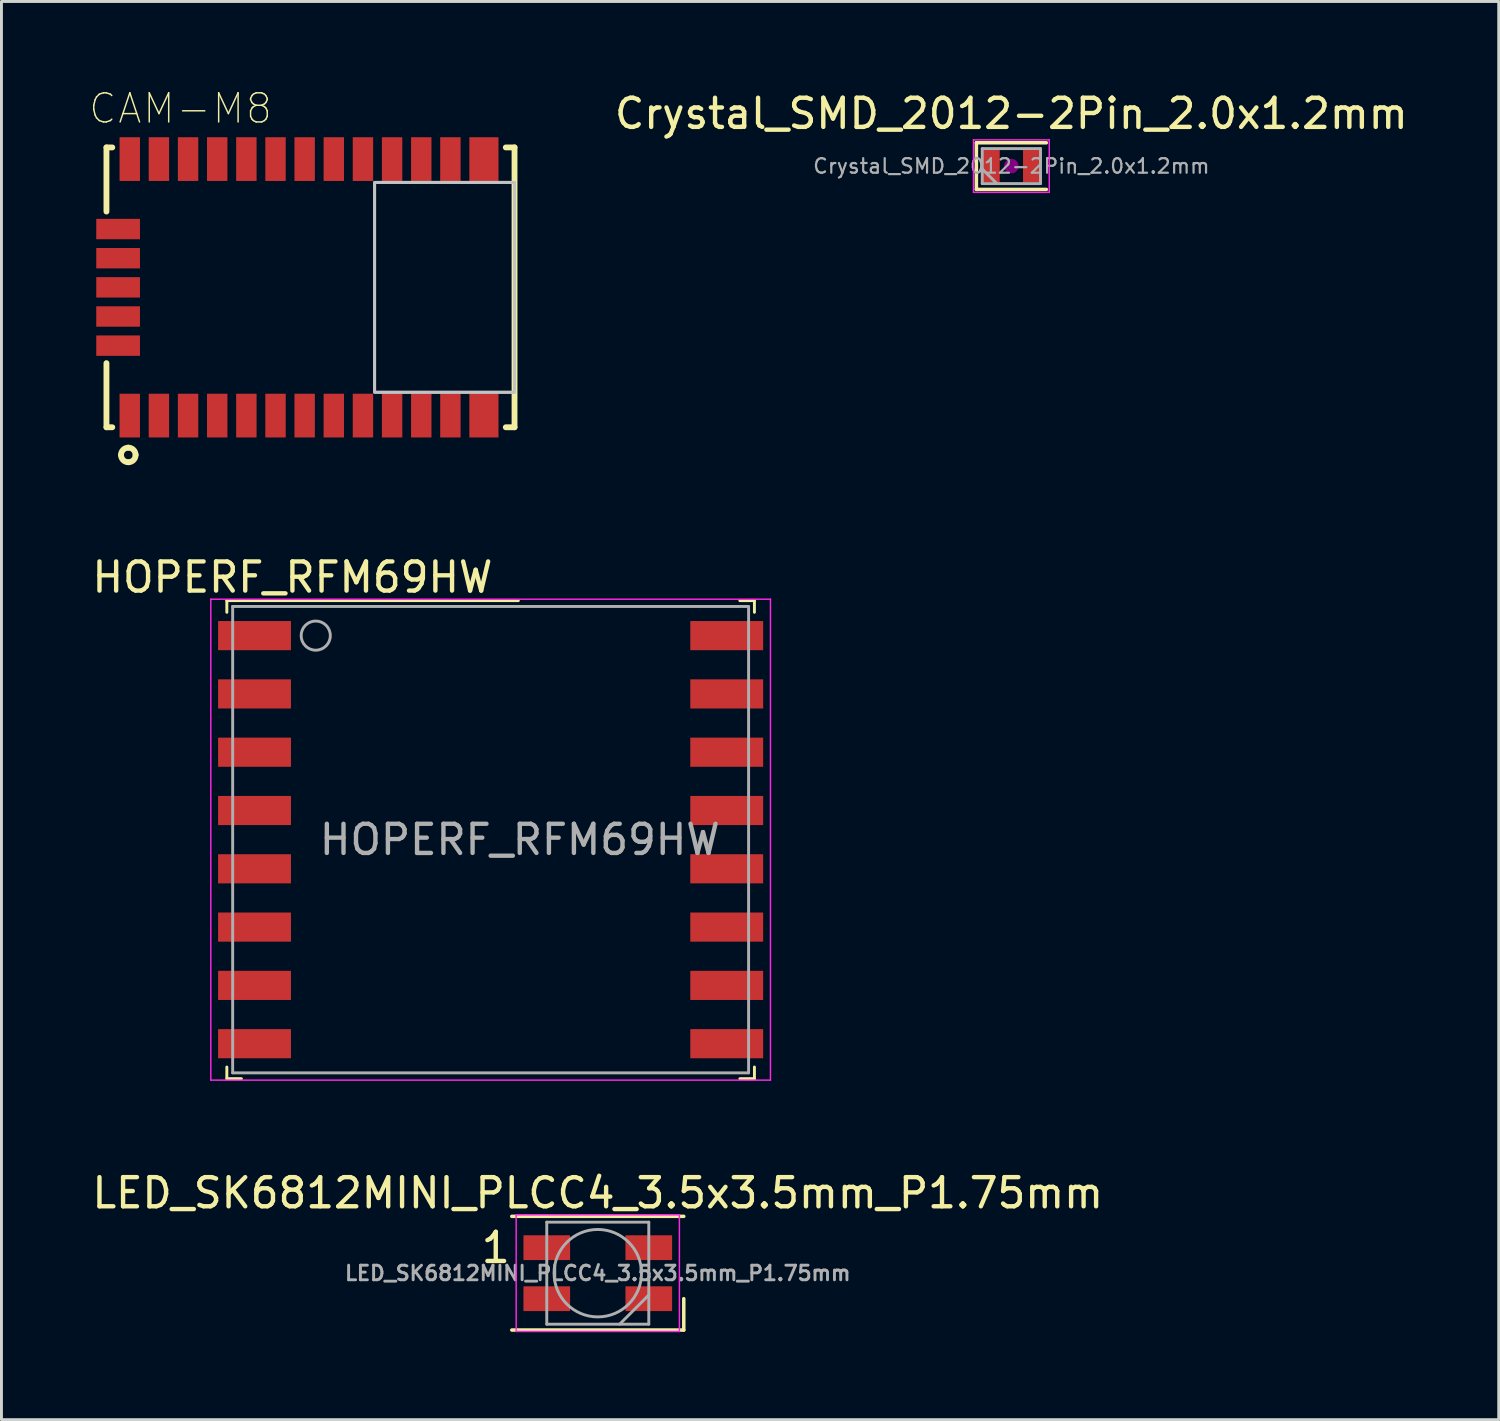
<source format=kicad_pcb>
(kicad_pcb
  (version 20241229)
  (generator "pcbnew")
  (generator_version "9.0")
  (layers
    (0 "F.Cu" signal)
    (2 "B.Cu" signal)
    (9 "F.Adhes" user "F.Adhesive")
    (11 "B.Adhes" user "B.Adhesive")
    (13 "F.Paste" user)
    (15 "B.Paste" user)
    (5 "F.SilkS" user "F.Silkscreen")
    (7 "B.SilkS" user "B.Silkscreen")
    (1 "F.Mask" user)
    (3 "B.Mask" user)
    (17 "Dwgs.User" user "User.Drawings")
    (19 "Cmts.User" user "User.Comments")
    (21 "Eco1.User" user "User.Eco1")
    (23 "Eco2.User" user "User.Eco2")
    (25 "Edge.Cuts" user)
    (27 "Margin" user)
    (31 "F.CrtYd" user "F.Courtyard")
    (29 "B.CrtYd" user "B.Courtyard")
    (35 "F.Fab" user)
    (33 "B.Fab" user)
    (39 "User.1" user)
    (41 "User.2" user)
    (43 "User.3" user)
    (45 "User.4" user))
  (footprint "Crystal_SMD_2012-2Pin_2.0x1.2mm"
    (layer "F.Cu")
    (at 31.647 2.648)
    (property "Reference" "Crystal_SMD_2012-2Pin_2.0x1.2mm" (at 0 -1.8 0) (layer "F.SilkS") (effects (font (size 1 1) (thickness 0.15))))
    (attr smd)
    (fp_line (start -1.2 -0.8) (end -1.2 0.8) (stroke (width 0.12) (type solid)) (layer "F.SilkS"))
    (fp_line (start -1.2 0.8) (end 1.2 0.8) (stroke (width 0.12) (type solid)) (layer "F.SilkS"))
    (fp_line (start 1.2 -0.8) (end -1.2 -0.8) (stroke (width 0.12) (type solid)) (layer "F.SilkS"))
    (fp_circle (center 0 0) (end 0.047 0) (stroke (width 0.093) (type solid)) (fill no) (layer "F.Adhes"))
    (fp_circle (center 0 0) (end 0.107 0) (stroke (width 0.067) (type solid)) (fill no) (layer "F.Adhes"))
    (fp_circle (center 0 0) (end 0.167 0) (stroke (width 0.067) (type solid)) (fill no) (layer "F.Adhes"))
    (fp_circle (center 0 0) (end 0.2 0) (stroke (width 0.1) (type solid)) (fill no) (layer "F.Adhes"))
    (fp_line (start -1.3 -0.9) (end -1.3 0.9) (stroke (width 0.05) (type solid)) (layer "F.CrtYd"))
    (fp_line (start -1.3 0.9) (end 1.3 0.9) (stroke (width 0.05) (type solid)) (layer "F.CrtYd"))
    (fp_line (start 1.3 -0.9) (end -1.3 -0.9) (stroke (width 0.05) (type solid)) (layer "F.CrtYd"))
    (fp_line (start 1.3 0.9) (end 1.3 -0.9) (stroke (width 0.05) (type solid)) (layer "F.CrtYd"))
    (fp_line (start -1 -0.6) (end -1 0.6) (stroke (width 0.1) (type solid)) (layer "F.Fab"))
    (fp_line (start -1 0.1) (end -0.5 0.6) (stroke (width 0.1) (type solid)) (layer "F.Fab"))
    (fp_line (start -1 0.6) (end 1 0.6) (stroke (width 0.1) (type solid)) (layer "F.Fab"))
    (fp_line (start 1 -0.6) (end -1 -0.6) (stroke (width 0.1) (type solid)) (layer "F.Fab"))
    (fp_line (start 1 0.6) (end 1 -0.6) (stroke (width 0.1) (type solid)) (layer "F.Fab"))
    (fp_text user "${REFERENCE}" (at 0 0 0) (layer "F.Fab") (effects (font (size 0.5 0.5) (thickness 0.075))))
    (pad "1" smd rect (at -0.7 0) (size 0.6 1.1) (layers "F.Cu" "F.Mask" "F.Paste"))
    (pad "2" smd rect (at 0.7 0) (size 0.6 1.1) (layers "F.Cu" "F.Mask" "F.Paste")))
  (footprint "HOPERF_RFM69HW"
    (layer "F.Cu")
    (at 13.782 25.756)
    (property "Reference" "HOPERF_RFM69HW" (at -6.8 -9 0) (layer "F.SilkS") (effects (font (size 1 1) (thickness 0.15))))
    (attr smd)
    (fp_line (start -9.05 -8.2) (end -9.05 -7.8) (stroke (width 0.1) (type solid)) (layer "F.SilkS"))
    (fp_line (start -9.05 -8.2) (end 0.95 -8.2) (stroke (width 0.1) (type solid)) (layer "F.SilkS"))
    (fp_line (start -9.05 7.8) (end -9.05 8.2) (stroke (width 0.1) (type solid)) (layer "F.SilkS"))
    (fp_line (start -9.05 8.2) (end -8.55 8.2) (stroke (width 0.1) (type solid)) (layer "F.SilkS"))
    (fp_line (start 8.55 -8.2) (end 9.05 -8.2) (stroke (width 0.1) (type solid)) (layer "F.SilkS"))
    (fp_line (start 8.55 8.2) (end 9.05 8.2) (stroke (width 0.1) (type solid)) (layer "F.SilkS"))
    (fp_line (start 9.05 -8.2) (end 9.05 -7.8) (stroke (width 0.1) (type solid)) (layer "F.SilkS"))
    (fp_line (start 9.05 7.8) (end 9.05 8.2) (stroke (width 0.1) (type solid)) (layer "F.SilkS"))
    (fp_line (start -9.6 -8.25) (end 9.6 -8.25) (stroke (width 0.05) (type solid)) (layer "F.CrtYd"))
    (fp_line (start -9.6 8.25) (end -9.6 -8.25) (stroke (width 0.05) (type solid)) (layer "F.CrtYd"))
    (fp_line (start 9.6 -8.25) (end 9.6 8.25) (stroke (width 0.05) (type solid)) (layer "F.CrtYd"))
    (fp_line (start 9.6 8.25) (end -9.6 8.25) (stroke (width 0.05) (type solid)) (layer "F.CrtYd"))
    (fp_line (start -8.85 -8) (end 8.85 -8) (stroke (width 0.1) (type solid)) (layer "F.Fab"))
    (fp_line (start -8.85 8) (end -8.85 -8) (stroke (width 0.1) (type solid)) (layer "F.Fab"))
    (fp_line (start 8.85 -8) (end 8.85 8) (stroke (width 0.1) (type solid)) (layer "F.Fab"))
    (fp_line (start 8.85 8) (end -8.85 8) (stroke (width 0.1) (type solid)) (layer "F.Fab"))
    (fp_circle (center -6 -7) (end -6.5 -7) (stroke (width 0.1) (type solid)) (fill no) (layer "F.Fab"))
    (fp_text user "${REFERENCE}" (at 1 0 0) (layer "F.Fab") (effects (font (size 1 1) (thickness 0.15))))
    (pad "1" smd rect (at -8.1 -7) (size 2.5 1) (layers "F.Cu" "F.Mask" "F.Paste"))
    (pad "2" smd rect (at -8.1 -5) (size 2.5 1) (layers "F.Cu" "F.Mask" "F.Paste"))
    (pad "3" smd rect (at -8.1 -3) (size 2.5 1) (layers "F.Cu" "F.Mask" "F.Paste"))
    (pad "4" smd rect (at -8.1 -1) (size 2.5 1) (layers "F.Cu" "F.Mask" "F.Paste"))
    (pad "5" smd rect (at -8.1 1) (size 2.5 1) (layers "F.Cu" "F.Mask" "F.Paste"))
    (pad "6" smd rect (at -8.1 3) (size 2.5 1) (layers "F.Cu" "F.Mask" "F.Paste"))
    (pad "7" smd rect (at -8.1 5) (size 2.5 1) (layers "F.Cu" "F.Mask" "F.Paste"))
    (pad "8" smd rect (at -8.1 7) (size 2.5 1) (layers "F.Cu" "F.Mask" "F.Paste"))
    (pad "9" smd rect (at 8.1 7) (size 2.5 1) (layers "F.Cu" "F.Mask" "F.Paste"))
    (pad "10" smd rect (at 8.1 5) (size 2.5 1) (layers "F.Cu" "F.Mask" "F.Paste"))
    (pad "11" smd rect (at 8.1 3) (size 2.5 1) (layers "F.Cu" "F.Mask" "F.Paste"))
    (pad "12" smd rect (at 8.1 1) (size 2.5 1) (layers "F.Cu" "F.Mask" "F.Paste"))
    (pad "13" smd rect (at 8.1 -1) (size 2.5 1) (layers "F.Cu" "F.Mask" "F.Paste"))
    (pad "14" smd rect (at 8.1 -3) (size 2.5 1) (layers "F.Cu" "F.Mask" "F.Paste"))
    (pad "15" smd rect (at 8.1 -5) (size 2.5 1) (layers "F.Cu" "F.Mask" "F.Paste"))
    (pad "16" smd rect (at 8.1 -7) (size 2.5 1) (layers "F.Cu" "F.Mask" "F.Paste")))
  (footprint "CAM-M8"
    (layer "F.Cu")
    (at 7.602 6.808)
    (property "Reference" "CAM-M8" (at -4.46 -6.135 0) (layer "F.SilkS") (effects (font (size 1 1) (thickness 0.05))))
    (attr smd)
    (fp_line (start -7.2 5) (end -7.2 4) (stroke (width 0.2) (type solid)) (layer "F.Mask"))
    (fp_line (start -6.8 5) (end -7.2 5) (stroke (width 0.2) (type solid)) (layer "F.Mask"))
    (fp_line (start 6.7 -5) (end 7.2 -5) (stroke (width 0.2) (type solid)) (layer "F.Mask"))
    (fp_line (start 7.2 -5) (end 7.2 -4) (stroke (width 0.2) (type solid)) (layer "F.Mask"))
    (fp_line (start -7 -4.8) (end -6.8 -4.8) (stroke (width 0.2) (type solid)) (layer "F.SilkS"))
    (fp_line (start -7 -2.6) (end -7 -4.8) (stroke (width 0.2) (type solid)) (layer "F.SilkS"))
    (fp_line (start -7 4.8) (end -7 2.6) (stroke (width 0.2) (type solid)) (layer "F.SilkS"))
    (fp_line (start -6.8 4.8) (end -7 4.8) (stroke (width 0.2) (type solid)) (layer "F.SilkS"))
    (fp_line (start 6.7 -4.8) (end 7 -4.8) (stroke (width 0.2) (type solid)) (layer "F.SilkS"))
    (fp_line (start 7 -4.8) (end 7 4.8) (stroke (width 0.2) (type solid)) (layer "F.SilkS"))
    (fp_line (start 7 4.8) (end 6.7 4.8) (stroke (width 0.2) (type solid)) (layer "F.SilkS"))
    (fp_arc (start -6.5 5.75) (mid -6.426777 5.573223) (end -6.25 5.5) (stroke (width 0.2) (type solid)) (layer "F.SilkS"))
    (fp_arc (start -6.25 5.5) (mid -6.073223 5.573223) (end -6 5.75) (stroke (width 0.2) (type solid)) (layer "F.SilkS"))
    (fp_arc (start -6.25 6) (mid -6.426777 5.926777) (end -6.5 5.75) (stroke (width 0.2) (type solid)) (layer "F.SilkS"))
    (fp_arc (start -6 5.75) (mid -6.073223 5.926777) (end -6.25 6) (stroke (width 0.2) (type solid)) (layer "F.SilkS"))
    (fp_poly (pts (xy 2.2 3.6) (xy 2.2 -3.6) (xy 7 -3.6) (xy 7 3.6)) (stroke (width 0.1) (type solid)) (fill no) (layer "Dwgs.User"))
    (fp_poly (pts (xy 2.2 3.6) (xy 7 3.6) (xy 7 -3.6) (xy 2.2 -3.6)) (stroke (width 0.1) (type solid)) (fill no) (layer "Dwgs.User"))
    (fp_line (start -7.55 -5.35) (end -7.55 5.35) (stroke (width 0.05) (type solid)) (layer "Eco1.User"))
    (fp_line (start -7.55 5.35) (end 7.3 5.35) (stroke (width 0.05) (type solid)) (layer "Eco1.User"))
    (fp_line (start 7.3 -5.35) (end -7.55 -5.35) (stroke (width 0.05) (type solid)) (layer "Eco1.User"))
    (fp_line (start 7.3 5.35) (end 7.3 -5.35) (stroke (width 0.05) (type solid)) (layer "Eco1.User"))
    (fp_line (start -0.5 0) (end 0.5 0) (stroke (width 0.025) (type solid)) (layer "Eco2.User"))
    (fp_line (start 0 -0.5) (end 0 0.5) (stroke (width 0.025) (type solid)) (layer "Eco2.User"))
    (pad "1" smd rect (at -6.2 4.4 90) (size 1.5 0.7) (layers "F.Cu" "F.Mask" "F.Paste"))
    (pad "2" smd rect (at -5.2 4.4 90) (size 1.5 0.7) (layers "F.Cu" "F.Mask" "F.Paste"))
    (pad "3" smd rect (at -4.2 4.4 90) (size 1.5 0.7) (layers "F.Cu" "F.Mask" "F.Paste"))
    (pad "4" smd rect (at -3.2 4.4 90) (size 1.5 0.7) (layers "F.Cu" "F.Mask" "F.Paste"))
    (pad "5" smd rect (at -2.2 4.4 90) (size 1.5 0.7) (layers "F.Cu" "F.Mask" "F.Paste"))
    (pad "6" smd rect (at -1.2 4.4 90) (size 1.5 0.7) (layers "F.Cu" "F.Mask" "F.Paste"))
    (pad "7" smd rect (at -0.2 4.4 90) (size 1.5 0.7) (layers "F.Cu" "F.Mask" "F.Paste"))
    (pad "8" smd rect (at 0.8 4.4 90) (size 1.5 0.7) (layers "F.Cu" "F.Mask" "F.Paste"))
    (pad "9" smd rect (at 1.8 4.4 90) (size 1.5 0.7) (layers "F.Cu" "F.Mask" "F.Paste"))
    (pad "10" smd rect (at 2.8 4.4 90) (size 1.5 0.7) (layers "F.Cu" "F.Mask" "F.Paste"))
    (pad "11" smd rect (at 3.8 4.4 90) (size 1.5 0.7) (layers "F.Cu" "F.Mask" "F.Paste"))
    (pad "12" smd rect (at 4.8 4.4 90) (size 1.5 0.7) (layers "F.Cu" "F.Mask" "F.Paste"))
    (pad "13" smd rect (at 5.95 4.4 90) (size 1.5 1) (layers "F.Cu" "F.Mask" "F.Paste"))
    (pad "14" smd rect (at 5.95 -4.4 90) (size 1.5 1) (layers "F.Cu" "F.Mask" "F.Paste"))
    (pad "15" smd rect (at 4.8 -4.4 90) (size 1.5 0.7) (layers "F.Cu" "F.Mask" "F.Paste"))
    (pad "16" smd rect (at 3.8 -4.4 90) (size 1.5 0.7) (layers "F.Cu" "F.Mask" "F.Paste"))
    (pad "17" smd rect (at 2.8 -4.4 90) (size 1.5 0.7) (layers "F.Cu" "F.Mask" "F.Paste"))
    (pad "18" smd rect (at 1.8 -4.4 90) (size 1.5 0.7) (layers "F.Cu" "F.Mask" "F.Paste"))
    (pad "19" smd rect (at 0.8 -4.4 90) (size 1.5 0.7) (layers "F.Cu" "F.Mask" "F.Paste"))
    (pad "20" smd rect (at -0.2 -4.4 90) (size 1.5 0.7) (layers "F.Cu" "F.Mask" "F.Paste"))
    (pad "21" smd rect (at -1.2 -4.4 90) (size 1.5 0.7) (layers "F.Cu" "F.Mask" "F.Paste"))
    (pad "22" smd rect (at -2.2 -4.4 90) (size 1.5 0.7) (layers "F.Cu" "F.Mask" "F.Paste"))
    (pad "23" smd rect (at -3.2 -4.4 90) (size 1.5 0.7) (layers "F.Cu" "F.Mask" "F.Paste"))
    (pad "24" smd rect (at -4.2 -4.4 90) (size 1.5 0.7) (layers "F.Cu" "F.Mask" "F.Paste"))
    (pad "25" smd rect (at -5.2 -4.4 90) (size 1.5 0.7) (layers "F.Cu" "F.Mask" "F.Paste"))
    (pad "26" smd rect (at -6.2 -4.4 90) (size 1.5 0.7) (layers "F.Cu" "F.Mask" "F.Paste"))
    (pad "27" smd rect (at -6.6 -2) (size 1.5 0.7) (layers "F.Cu" "F.Mask" "F.Paste"))
    (pad "28" smd rect (at -6.6 -1) (size 1.5 0.7) (layers "F.Cu" "F.Mask" "F.Paste"))
    (pad "29" smd rect (at -6.6 0) (size 1.5 0.7) (layers "F.Cu" "F.Mask" "F.Paste"))
    (pad "30" smd rect (at -6.6 1) (size 1.5 0.7) (layers "F.Cu" "F.Mask" "F.Paste"))
    (pad "31" smd rect (at -6.6 2) (size 1.5 0.7) (layers "F.Cu" "F.Mask" "F.Paste")))
  (footprint "LED_SK6812MINI_PLCC4_3.5x3.5mm_P1.75mm"
    (layer "F.Cu")
    (at 17.458 40.629)
    (property "Reference" "LED_SK6812MINI_PLCC4_3.5x3.5mm_P1.75mm" (at 0 -2.75 0) (layer "F.SilkS") (effects (font (size 1 1) (thickness 0.15))))
    (attr smd)
    (fp_line (start -2.95 -1.95) (end 2.95 -1.95) (stroke (width 0.12) (type solid)) (layer "F.SilkS"))
    (fp_line (start -2.95 1.95) (end 2.95 1.95) (stroke (width 0.12) (type solid)) (layer "F.SilkS"))
    (fp_line (start 2.95 1.95) (end 2.95 0.875) (stroke (width 0.12) (type solid)) (layer "F.SilkS"))
    (fp_line (start -2.8 -2) (end -2.8 2) (stroke (width 0.05) (type solid)) (layer "F.CrtYd"))
    (fp_line (start -2.8 2) (end 2.8 2) (stroke (width 0.05) (type solid)) (layer "F.CrtYd"))
    (fp_line (start 2.8 -2) (end -2.8 -2) (stroke (width 0.05) (type solid)) (layer "F.CrtYd"))
    (fp_line (start 2.8 2) (end 2.8 -2) (stroke (width 0.05) (type solid)) (layer "F.CrtYd"))
    (fp_line (start -1.75 -1.75) (end -1.75 1.75) (stroke (width 0.1) (type solid)) (layer "F.Fab"))
    (fp_line (start -1.75 1.75) (end 1.75 1.75) (stroke (width 0.1) (type solid)) (layer "F.Fab"))
    (fp_line (start 1.75 -1.75) (end -1.75 -1.75) (stroke (width 0.1) (type solid)) (layer "F.Fab"))
    (fp_line (start 1.75 0.75) (end 0.75 1.75) (stroke (width 0.1) (type solid)) (layer "F.Fab"))
    (fp_line (start 1.75 1.75) (end 1.75 -1.75) (stroke (width 0.1) (type solid)) (layer "F.Fab"))
    (fp_circle (center 0 0) (end 0 -1.5) (stroke (width 0.1) (type solid)) (fill no) (layer "F.Fab"))
    (fp_text user "1" (at -3.5 -0.875 0) (layer "F.SilkS") (effects (font (size 1 1) (thickness 0.15))))
    (fp_text user "${REFERENCE}" (at 0 0 0) (layer "F.Fab") (effects (font (size 0.5 0.5) (thickness 0.1))))
    (pad "1" smd rect (at -1.75 -0.875) (size 1.6 0.85) (layers "F.Cu" "F.Mask" "F.Paste"))
    (pad "2" smd rect (at -1.75 0.875) (size 1.6 0.85) (layers "F.Cu" "F.Mask" "F.Paste"))
    (pad "3" smd rect (at 1.75 0.875) (size 1.6 0.85) (layers "F.Cu" "F.Mask" "F.Paste"))
    (pad "4" smd rect (at 1.75 -0.875) (size 1.6 0.85) (layers "F.Cu" "F.Mask" "F.Paste")))
  (gr_rect
    (start -3 -3)
    (end 48.367 45.654)
    (stroke (width 0.1) (type default))
    (fill no)
    (layer "Edge.Cuts")))
</source>
